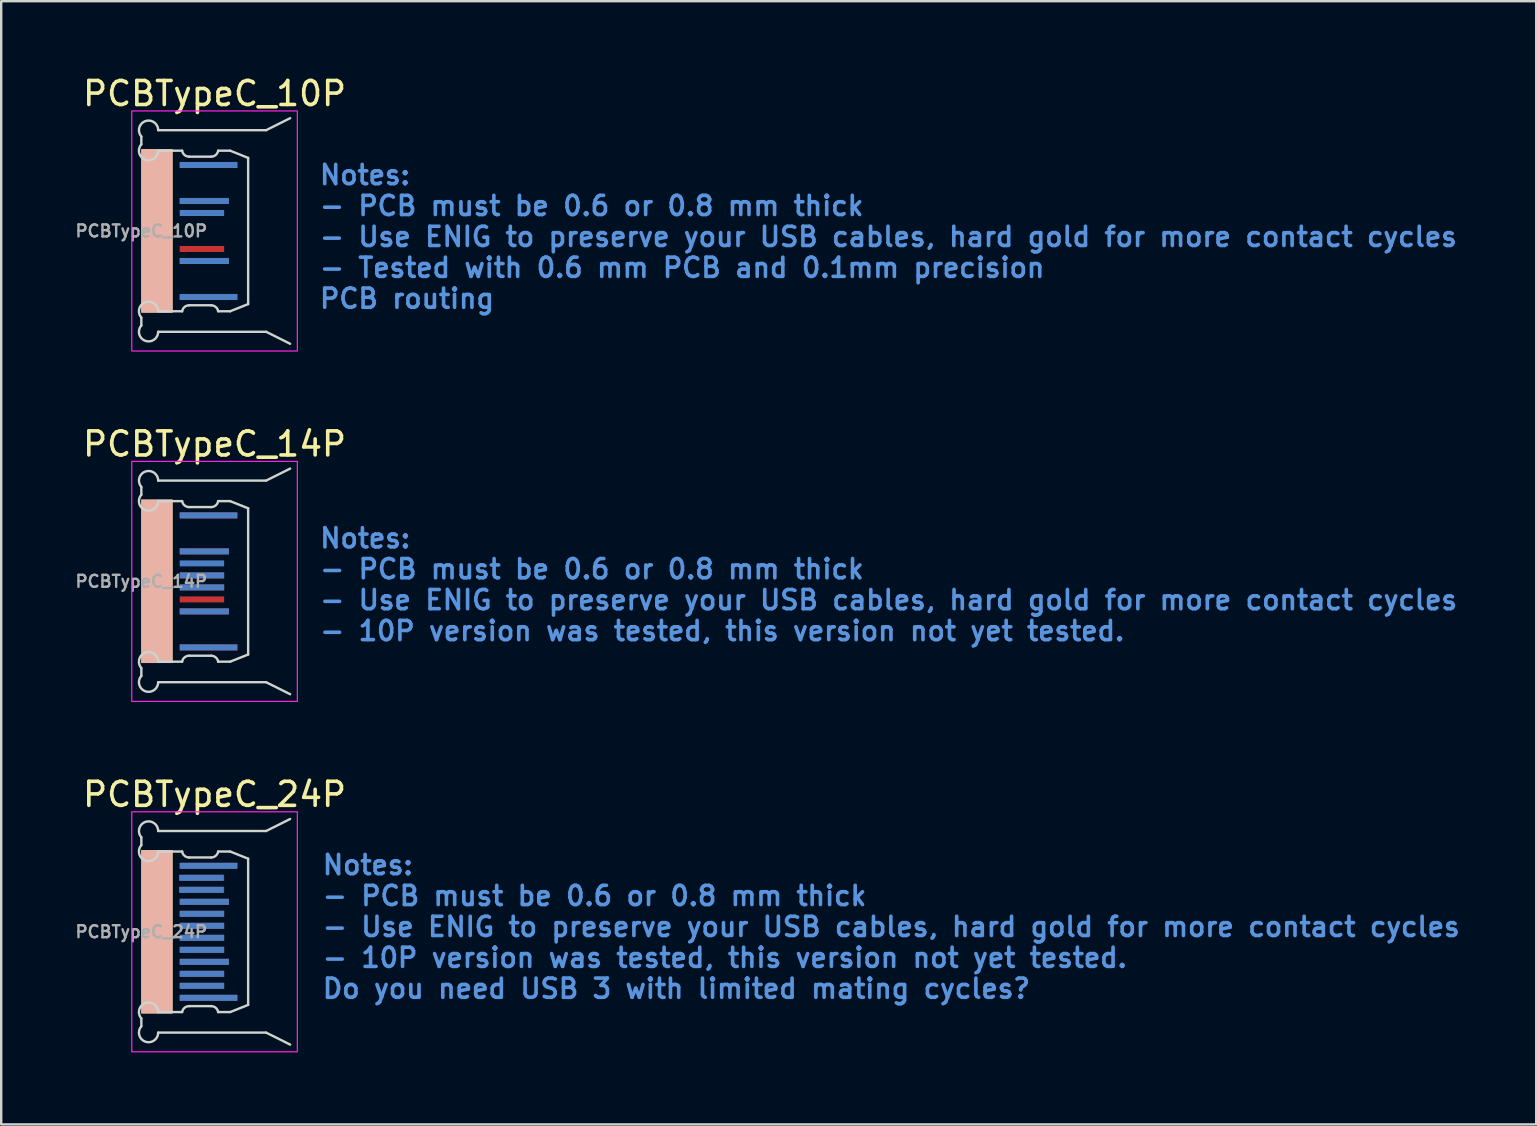
<source format=kicad_pcb>
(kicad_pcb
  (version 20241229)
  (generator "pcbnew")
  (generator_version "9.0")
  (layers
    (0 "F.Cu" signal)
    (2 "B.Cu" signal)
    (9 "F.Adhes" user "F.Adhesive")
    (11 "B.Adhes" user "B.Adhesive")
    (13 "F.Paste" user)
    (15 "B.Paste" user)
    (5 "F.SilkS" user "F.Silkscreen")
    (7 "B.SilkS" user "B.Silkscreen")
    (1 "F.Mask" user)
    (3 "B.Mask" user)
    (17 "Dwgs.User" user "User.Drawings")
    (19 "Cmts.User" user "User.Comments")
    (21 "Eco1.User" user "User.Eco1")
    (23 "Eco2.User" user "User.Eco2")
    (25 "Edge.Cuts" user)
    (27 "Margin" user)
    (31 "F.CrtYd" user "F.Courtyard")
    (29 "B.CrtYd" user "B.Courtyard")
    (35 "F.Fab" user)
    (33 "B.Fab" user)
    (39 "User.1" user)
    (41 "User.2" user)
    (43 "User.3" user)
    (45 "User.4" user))
  (footprint "PCBTypeC_14P"
    (layer "F.Cu")
    (at 2.838 21.172)
    (property "Reference" "PCBTypeC_14P" (at 3.051 -5.725 0) (layer "F.SilkS") (effects (font (size 1 1) (thickness 0.15))))
    (fp_poly (pts (xy 1.583 -3.348) (xy 4.5 -3.348) (xy 4.5 3.4) (xy 1.583 3.4)) (stroke (width 0) (type default)) (fill yes) (layer "F.Mask"))
    (fp_poly (pts (xy 1.583 -3.348) (xy 4.5 -3.348) (xy 4.5 3.4) (xy 1.583 3.4)) (stroke (width 0) (type default)) (fill yes) (layer "B.Mask"))
    (fp_poly (pts (xy 0 -3.408) (xy 1.3 -3.408) (xy 1.3 3.4) (xy 0 3.4)) (stroke (width 0) (type default)) (fill yes) (layer "F.SilkS"))
    (fp_poly (pts (xy 0 -3.408) (xy 1.3 -3.408) (xy 1.3 3.4) (xy 0 3.4)) (stroke (width 0) (type default)) (fill yes) (layer "B.SilkS"))
    (fp_line (start 0 -3.937) (end 0 -3.61) (stroke (width 0.1) (type default)) (layer "Edge.Cuts"))
    (fp_line (start 0 3.937) (end 0 3.61) (stroke (width 0.1) (type default)) (layer "Edge.Cuts"))
    (fp_line (start 0.701 -4.2) (end 5.2 -4.2) (stroke (width 0.1) (type default)) (layer "Edge.Cuts"))
    (fp_line (start 0.701 4.2) (end 5.2 4.2) (stroke (width 0.1) (type default)) (layer "Edge.Cuts"))
    (fp_line (start 1.7 -3.345) (end 0.7 -3.345) (stroke (width 0.1) (type default)) (layer "Edge.Cuts"))
    (fp_line (start 1.7 3.345) (end 0.7 3.345) (stroke (width 0.1) (type default)) (layer "Edge.Cuts"))
    (fp_line (start 2.908 3.096) (end 1.991 3.096) (stroke (width 0.1) (type default)) (layer "Edge.Cuts"))
    (fp_line (start 2.909 -3.096) (end 1.992 -3.096) (stroke (width 0.1) (type default)) (layer "Edge.Cuts"))
    (fp_line (start 3.7 -3.345) (end 3.2 -3.345) (stroke (width 0.1) (type default)) (layer "Edge.Cuts"))
    (fp_line (start 3.7 -3.345) (end 4.45 -3.045) (stroke (width 0.1) (type default)) (layer "Edge.Cuts"))
    (fp_line (start 3.7 3.345) (end 3.2 3.345) (stroke (width 0.1) (type default)) (layer "Edge.Cuts"))
    (fp_line (start 3.7 3.345) (end 4.45 3.045) (stroke (width 0.1) (type default)) (layer "Edge.Cuts"))
    (fp_line (start 4.45 -3.045) (end 4.45 3.045) (stroke (width 0.1) (type default)) (layer "Edge.Cuts"))
    (fp_line (start 5.2 -4.2) (end 6.2 -4.7) (stroke (width 0.1) (type default)) (layer "Edge.Cuts"))
    (fp_line (start 5.2 4.2) (end 6.2 4.7) (stroke (width 0.1) (type default)) (layer "Edge.Cuts"))
    (fp_arc (start -0.000999 3.60799) (mid 0.159644 2.970434) (end 0.7 3.345) (stroke (width 0.1) (type default)) (layer "Edge.Cuts"))
    (fp_arc (start 0 -3.93701) (mid 0.160643 -4.574566) (end 0.700999 -4.2) (stroke (width 0.1) (type default)) (layer "Edge.Cuts"))
    (fp_arc (start 0.7 -3.345) (mid 0.159644 -2.970434) (end -0.000999 -3.60799) (stroke (width 0.1) (type default)) (layer "Edge.Cuts"))
    (fp_arc (start 0.700999 4.2) (mid 0.160442 4.574491) (end 0 3.93701) (stroke (width 0.1) (type default)) (layer "Edge.Cuts"))
    (fp_arc (start 1.700002 3.345) (mid 1.79978 3.166653) (end 1.99129 3.096) (stroke (width 0.1) (type default)) (layer "Edge.Cuts"))
    (fp_arc (start 1.9916 -3.096) (mid 1.799849 -3.166734) (end 1.700038 -3.345) (stroke (width 0.1) (type default)) (layer "Edge.Cuts"))
    (fp_arc (start 2.90845 3.096) (mid 3.100151 3.166734) (end 3.199962 3.345) (stroke (width 0.1) (type default)) (layer "Edge.Cuts"))
    (fp_arc (start 3.199998 -3.345) (mid 3.10022 -3.166653) (end 2.90871 -3.096) (stroke (width 0.1) (type default)) (layer "Edge.Cuts"))
    (fp_rect (start -0.399 -5) (end 6.5 5) (stroke (width 0.05) (type default)) (fill no) (layer "F.CrtYd"))
    (fp_text user "Notes:\n- PCB must be 0.6 or 0.8 mm thick\n- Use ENIG to preserve your USB cables, hard gold for more contact cycles\n- 10P version was tested, this version not yet tested." (at 7.36 0.13 0) (unlocked yes) (layer "Cmts.User") (effects (font (size 0.8 0.8) (thickness 0.15)) (justify left)))
    (fp_text user "${REFERENCE}" (at 0 0 0) (layer "F.Fab") (effects (font (size 0.5 0.5) (thickness 0.1))))
    (pad "A1" smd rect (at 2.8 2.75 180) (size 2.4 0.25) (layers "F.Cu" "F.Mask" "F.Paste"))
    (pad "A4" smd rect (at 2.625 1.25 180) (size 2.05 0.25) (layers "F.Cu" "F.Mask" "F.Paste"))
    (pad "A5" smd rect (at 2.525 0.75) (size 1.85 0.25) (layers "F.Cu" "F.Mask" "F.Paste"))
    (pad "A6" smd rect (at 2.525 0.25) (size 1.85 0.25) (layers "F.Cu" "F.Mask" "F.Paste"))
    (pad "A7" smd rect (at 2.525 -0.25) (size 1.85 0.25) (layers "F.Cu" "F.Mask" "F.Paste"))
    (pad "A9" smd rect (at 2.625 -1.25) (size 2.05 0.25) (layers "F.Cu" "F.Mask"))
    (pad "A12" smd rect (at 2.8 -2.75) (size 2.4 0.25) (layers "F.Cu" "F.Mask"))
    (pad "B1" smd rect (at 2.8 -2.75) (size 2.4 0.25) (layers "B.Cu" "B.Mask" "B.Paste"))
    (pad "B4" smd rect (at 2.625 -1.25) (size 2.05 0.25) (layers "B.Cu" "B.Mask" "B.Paste"))
    (pad "B5" smd rect (at 2.525 -0.75 180) (size 1.85 0.25) (layers "B.Cu" "B.Mask" "B.Paste"))
    (pad "B6" smd rect (at 2.525 -0.25 180) (size 1.85 0.25) (layers "B.Cu" "B.Mask" "B.Paste"))
    (pad "B7" smd rect (at 2.525 0.25 180) (size 1.85 0.25) (layers "B.Cu" "B.Mask" "B.Paste"))
    (pad "B9" smd rect (at 2.625 1.25 180) (size 2.05 0.25) (layers "B.Cu" "B.Mask" "B.Paste"))
    (pad "B12" smd rect (at 2.8 2.75 180) (size 2.4 0.25) (layers "B.Cu" "B.Mask" "B.Paste"))
    (zone (net_name "") (layers "F.Cu" "B.Cu") (hatch edge 0.5) (connect_pads) (min_thickness 0.25) (filled_areas_thickness no) (keepout (tracks not_allowed) (vias allowed) (pads allowed) (copperpour not_allowed) (footprints allowed)) (placement (enabled no)) (fill) (polygon (pts (xy 7.338 24.779) (xy 4.658 24.779) (xy 4.658 17.572) (xy 7.338 17.572)))))
  (footprint "PCBTypeC_10P"
    (layer "F.Cu")
    (at 2.838 6.573)
    (property "Reference" "PCBTypeC_10P" (at 3.051 -5.725 0) (layer "F.SilkS") (effects (font (size 1 1) (thickness 0.15))))
    (fp_poly (pts (xy 1.583 -3.348) (xy 4.5 -3.348) (xy 4.5 3.4) (xy 1.583 3.4)) (stroke (width 0) (type default)) (fill yes) (layer "F.Mask"))
    (fp_poly (pts (xy 1.583 -3.348) (xy 4.5 -3.348) (xy 4.5 3.4) (xy 1.583 3.4)) (stroke (width 0) (type default)) (fill yes) (layer "B.Mask"))
    (fp_poly (pts (xy 0 -3.408) (xy 1.3 -3.408) (xy 1.3 3.4) (xy 0 3.4)) (stroke (width 0) (type default)) (fill yes) (layer "F.SilkS"))
    (fp_poly (pts (xy 0 -3.408) (xy 1.3 -3.408) (xy 1.3 3.4) (xy 0 3.4)) (stroke (width 0) (type default)) (fill yes) (layer "B.SilkS"))
    (fp_line (start 0 -3.937) (end 0 -3.61) (stroke (width 0.1) (type default)) (layer "Edge.Cuts"))
    (fp_line (start 0 3.937) (end 0 3.61) (stroke (width 0.1) (type default)) (layer "Edge.Cuts"))
    (fp_line (start 0.701 -4.2) (end 5.2 -4.2) (stroke (width 0.1) (type default)) (layer "Edge.Cuts"))
    (fp_line (start 0.701 4.2) (end 5.2 4.2) (stroke (width 0.1) (type default)) (layer "Edge.Cuts"))
    (fp_line (start 1.7 -3.345) (end 0.7 -3.345) (stroke (width 0.1) (type default)) (layer "Edge.Cuts"))
    (fp_line (start 1.7 3.345) (end 0.7 3.345) (stroke (width 0.1) (type default)) (layer "Edge.Cuts"))
    (fp_line (start 2.908 3.096) (end 1.991 3.096) (stroke (width 0.1) (type default)) (layer "Edge.Cuts"))
    (fp_line (start 2.909 -3.096) (end 1.992 -3.096) (stroke (width 0.1) (type default)) (layer "Edge.Cuts"))
    (fp_line (start 3.7 -3.345) (end 3.2 -3.345) (stroke (width 0.1) (type default)) (layer "Edge.Cuts"))
    (fp_line (start 3.7 -3.345) (end 4.45 -3.045) (stroke (width 0.1) (type default)) (layer "Edge.Cuts"))
    (fp_line (start 3.7 3.345) (end 3.2 3.345) (stroke (width 0.1) (type default)) (layer "Edge.Cuts"))
    (fp_line (start 3.7 3.345) (end 4.45 3.045) (stroke (width 0.1) (type default)) (layer "Edge.Cuts"))
    (fp_line (start 4.45 -3.045) (end 4.45 3.045) (stroke (width 0.1) (type default)) (layer "Edge.Cuts"))
    (fp_line (start 5.2 -4.2) (end 6.2 -4.7) (stroke (width 0.1) (type default)) (layer "Edge.Cuts"))
    (fp_line (start 5.2 4.2) (end 6.2 4.7) (stroke (width 0.1) (type default)) (layer "Edge.Cuts"))
    (fp_arc (start -0.000999 3.60799) (mid 0.159644 2.970434) (end 0.7 3.345) (stroke (width 0.1) (type default)) (layer "Edge.Cuts"))
    (fp_arc (start 0 -3.93701) (mid 0.160643 -4.574566) (end 0.700999 -4.2) (stroke (width 0.1) (type default)) (layer "Edge.Cuts"))
    (fp_arc (start 0.7 -3.345) (mid 0.159644 -2.970434) (end -0.000999 -3.60799) (stroke (width 0.1) (type default)) (layer "Edge.Cuts"))
    (fp_arc (start 0.700999 4.2) (mid 0.160442 4.574491) (end 0 3.93701) (stroke (width 0.1) (type default)) (layer "Edge.Cuts"))
    (fp_arc (start 1.700002 3.345) (mid 1.79978 3.166653) (end 1.99129 3.096) (stroke (width 0.1) (type default)) (layer "Edge.Cuts"))
    (fp_arc (start 1.9916 -3.096) (mid 1.799849 -3.166734) (end 1.700038 -3.345) (stroke (width 0.1) (type default)) (layer "Edge.Cuts"))
    (fp_arc (start 2.90845 3.096) (mid 3.100151 3.166734) (end 3.199962 3.345) (stroke (width 0.1) (type default)) (layer "Edge.Cuts"))
    (fp_arc (start 3.199998 -3.345) (mid 3.10022 -3.166653) (end 2.90871 -3.096) (stroke (width 0.1) (type default)) (layer "Edge.Cuts"))
    (fp_rect (start -0.399 -5) (end 6.5 5) (stroke (width 0.05) (type default)) (fill no) (layer "F.CrtYd"))
    (fp_text user "Notes:\n- PCB must be 0.6 or 0.8 mm thick\n- Use ENIG to preserve your USB cables, hard gold for more contact cycles\n- Tested with 0.6 mm PCB and 0.1mm precision\nPCB routing" (at 7.35 0.24 0) (unlocked yes) (layer "Cmts.User") (effects (font (size 0.8 0.8) (thickness 0.15)) (justify left)))
    (fp_text user "${REFERENCE}" (at 0 0 0) (layer "F.Fab") (effects (font (size 0.5 0.5) (thickness 0.1))))
    (pad "A1" smd rect (at 2.8 2.75 180) (size 2.4 0.25) (layers "F.Cu" "F.Mask" "F.Paste"))
    (pad "A4" smd rect (at 2.625 1.25 180) (size 2.05 0.25) (layers "F.Cu" "F.Mask" "F.Paste"))
    (pad "A5" smd rect (at 2.525 0.75) (size 1.85 0.25) (layers "F.Cu" "F.Mask" "F.Paste"))
    (pad "A9" smd rect (at 2.625 -1.25) (size 2.05 0.25) (layers "F.Cu" "F.Mask" "F.Paste"))
    (pad "A12" smd rect (at 2.8 -2.75) (size 2.4 0.25) (layers "F.Cu" "F.Mask" "F.Paste"))
    (pad "B1" smd rect (at 2.8 -2.75) (size 2.4 0.25) (layers "B.Cu" "B.Mask" "B.Paste"))
    (pad "B4" smd rect (at 2.625 -1.25) (size 2.05 0.25) (layers "B.Cu" "B.Mask" "B.Paste"))
    (pad "B5" smd rect (at 2.525 -0.75 180) (size 1.85 0.25) (layers "B.Cu" "B.Mask" "B.Paste"))
    (pad "B9" smd rect (at 2.625 1.25 180) (size 2.05 0.25) (layers "B.Cu" "B.Mask" "B.Paste"))
    (pad "B12" smd rect (at 2.8 2.75 180) (size 2.4 0.25) (layers "B.Cu" "B.Mask" "B.Paste"))
    (zone (net_name "") (layers "F.Cu" "B.Cu") (hatch edge 0.5) (connect_pads) (min_thickness 0.25) (filled_areas_thickness no) (keepout (tracks not_allowed) (vias allowed) (pads allowed) (copperpour not_allowed) (footprints allowed)) (placement (enabled no)) (fill) (polygon (pts (xy 7.358 10.231) (xy 4.648 10.231) (xy 4.648 3.023) (xy 7.358 3.023)))))
  (footprint "PCBTypeC_24P"
    (layer "F.Cu")
    (at 2.838 35.77)
    (property "Reference" "PCBTypeC_24P" (at 3.051 -5.725 0) (layer "F.SilkS") (effects (font (size 1 1) (thickness 0.15))))
    (fp_poly (pts (xy 1.583 -3.348) (xy 4.5 -3.348) (xy 4.5 3.4) (xy 1.583 3.4)) (stroke (width 0) (type default)) (fill yes) (layer "F.Mask"))
    (fp_poly (pts (xy 1.583 -3.348) (xy 4.5 -3.348) (xy 4.5 3.4) (xy 1.583 3.4)) (stroke (width 0) (type default)) (fill yes) (layer "B.Mask"))
    (fp_poly (pts (xy 0 -3.408) (xy 1.3 -3.408) (xy 1.3 3.4) (xy 0 3.4)) (stroke (width 0) (type default)) (fill yes) (layer "F.SilkS"))
    (fp_poly (pts (xy 0 -3.408) (xy 1.3 -3.408) (xy 1.3 3.4) (xy 0 3.4)) (stroke (width 0) (type default)) (fill yes) (layer "B.SilkS"))
    (fp_line (start 0 -3.937) (end 0 -3.61) (stroke (width 0.1) (type default)) (layer "Edge.Cuts"))
    (fp_line (start 0 3.937) (end 0 3.61) (stroke (width 0.1) (type default)) (layer "Edge.Cuts"))
    (fp_line (start 0.701 -4.2) (end 5.2 -4.2) (stroke (width 0.1) (type default)) (layer "Edge.Cuts"))
    (fp_line (start 0.701 4.2) (end 5.2 4.2) (stroke (width 0.1) (type default)) (layer "Edge.Cuts"))
    (fp_line (start 1.7 -3.345) (end 0.7 -3.345) (stroke (width 0.1) (type default)) (layer "Edge.Cuts"))
    (fp_line (start 1.7 3.345) (end 0.7 3.345) (stroke (width 0.1) (type default)) (layer "Edge.Cuts"))
    (fp_line (start 2.908 3.096) (end 1.991 3.096) (stroke (width 0.1) (type default)) (layer "Edge.Cuts"))
    (fp_line (start 2.909 -3.096) (end 1.992 -3.096) (stroke (width 0.1) (type default)) (layer "Edge.Cuts"))
    (fp_line (start 3.7 -3.345) (end 3.2 -3.345) (stroke (width 0.1) (type default)) (layer "Edge.Cuts"))
    (fp_line (start 3.7 -3.345) (end 4.45 -3.045) (stroke (width 0.1) (type default)) (layer "Edge.Cuts"))
    (fp_line (start 3.7 3.345) (end 3.2 3.345) (stroke (width 0.1) (type default)) (layer "Edge.Cuts"))
    (fp_line (start 3.7 3.345) (end 4.45 3.045) (stroke (width 0.1) (type default)) (layer "Edge.Cuts"))
    (fp_line (start 4.45 -3.045) (end 4.45 3.045) (stroke (width 0.1) (type default)) (layer "Edge.Cuts"))
    (fp_line (start 5.2 -4.2) (end 6.2 -4.7) (stroke (width 0.1) (type default)) (layer "Edge.Cuts"))
    (fp_line (start 5.2 4.2) (end 6.2 4.7) (stroke (width 0.1) (type default)) (layer "Edge.Cuts"))
    (fp_arc (start -0.000999 3.60799) (mid 0.159644 2.970434) (end 0.7 3.345) (stroke (width 0.1) (type default)) (layer "Edge.Cuts"))
    (fp_arc (start 0 -3.93701) (mid 0.160643 -4.574566) (end 0.700999 -4.2) (stroke (width 0.1) (type default)) (layer "Edge.Cuts"))
    (fp_arc (start 0.7 -3.345) (mid 0.159644 -2.970434) (end -0.000999 -3.60799) (stroke (width 0.1) (type default)) (layer "Edge.Cuts"))
    (fp_arc (start 0.700999 4.2) (mid 0.160442 4.574491) (end 0 3.93701) (stroke (width 0.1) (type default)) (layer "Edge.Cuts"))
    (fp_arc (start 1.700002 3.345) (mid 1.79978 3.166653) (end 1.99129 3.096) (stroke (width 0.1) (type default)) (layer "Edge.Cuts"))
    (fp_arc (start 1.9916 -3.096) (mid 1.799849 -3.166734) (end 1.700038 -3.345) (stroke (width 0.1) (type default)) (layer "Edge.Cuts"))
    (fp_arc (start 2.90845 3.096) (mid 3.100151 3.166734) (end 3.199962 3.345) (stroke (width 0.1) (type default)) (layer "Edge.Cuts"))
    (fp_arc (start 3.199998 -3.345) (mid 3.10022 -3.166653) (end 2.90871 -3.096) (stroke (width 0.1) (type default)) (layer "Edge.Cuts"))
    (fp_rect (start -0.399 -5) (end 6.5 5) (stroke (width 0.05) (type default)) (fill no) (layer "F.CrtYd"))
    (fp_text user "Notes:\n- PCB must be 0.6 or 0.8 mm thick\n- Use ENIG to preserve your USB cables, hard gold for more contact cycles\n- 10P version was tested, this version not yet tested. \nDo you need USB 3 with limited mating cycles?" (at 7.47 -0.21 0) (unlocked yes) (layer "Cmts.User") (effects (font (size 0.8 0.8) (thickness 0.15)) (justify left)))
    (fp_text user "${REFERENCE}" (at 0 0 0) (layer "F.Fab") (effects (font (size 0.5 0.5) (thickness 0.1))))
    (pad "A1" smd rect (at 2.8 2.75 180) (size 2.4 0.25) (layers "F.Cu" "F.Mask" "F.Paste"))
    (pad "A2" smd rect (at 2.525 2.25) (size 1.85 0.25) (layers "F.Cu" "F.Mask" "F.Paste"))
    (pad "A3" smd rect (at 2.525 1.75) (size 1.85 0.25) (layers "F.Cu" "F.Mask" "F.Paste"))
    (pad "A4" smd rect (at 2.625 1.25 180) (size 2.05 0.25) (layers "F.Cu" "F.Mask" "F.Paste"))
    (pad "A5" smd rect (at 2.525 0.75) (size 1.85 0.25) (layers "F.Cu" "F.Mask" "F.Paste"))
    (pad "A6" smd rect (at 2.525 0.25) (size 1.85 0.25) (layers "F.Cu" "F.Mask" "F.Paste"))
    (pad "A7" smd rect (at 2.525 -0.25) (size 1.85 0.25) (layers "F.Cu" "F.Mask" "F.Paste"))
    (pad "A8" smd rect (at 2.525 -0.75) (size 1.85 0.25) (layers "F.Cu" "F.Mask" "F.Paste"))
    (pad "A9" smd rect (at 2.625 -1.25) (size 2.05 0.25) (layers "F.Cu" "F.Mask"))
    (pad "A10" smd rect (at 2.525 -1.75) (size 1.85 0.25) (layers "F.Cu" "F.Mask" "F.Paste"))
    (pad "A11" smd rect (at 2.525 -2.25) (size 1.85 0.25) (layers "F.Cu" "F.Mask" "F.Paste"))
    (pad "A12" smd rect (at 2.8 -2.75) (size 2.4 0.25) (layers "F.Cu" "F.Mask"))
    (pad "B1" smd rect (at 2.8 -2.75) (size 2.4 0.25) (layers "B.Cu" "B.Mask" "B.Paste"))
    (pad "B2" smd rect (at 2.5 -2.25 180) (size 1.85 0.25) (layers "B.Cu" "B.Mask" "B.Paste"))
    (pad "B3" smd rect (at 2.5 -1.75 180) (size 1.85 0.25) (layers "B.Cu" "B.Mask" "B.Paste"))
    (pad "B4" smd rect (at 2.625 -1.25) (size 2.05 0.25) (layers "B.Cu" "B.Mask" "B.Paste"))
    (pad "B5" smd rect (at 2.525 -0.75 180) (size 1.85 0.25) (layers "B.Cu" "B.Mask" "B.Paste"))
    (pad "B6" smd rect (at 2.525 -0.25 180) (size 1.85 0.25) (layers "B.Cu" "B.Mask" "B.Paste"))
    (pad "B7" smd rect (at 2.525 0.25 180) (size 1.85 0.25) (layers "B.Cu" "B.Mask" "B.Paste"))
    (pad "B8" smd rect (at 2.525 0.75 180) (size 1.85 0.25) (layers "B.Cu" "B.Mask" "B.Paste"))
    (pad "B9" smd rect (at 2.625 1.25 180) (size 2.05 0.25) (layers "B.Cu" "B.Mask" "B.Paste"))
    (pad "B10" smd rect (at 2.525 1.75 180) (size 1.85 0.25) (layers "B.Cu" "B.Mask" "B.Paste"))
    (pad "B11" smd rect (at 2.525 2.25 180) (size 1.85 0.25) (layers "B.Cu" "B.Mask" "B.Paste"))
    (pad "B12" smd rect (at 2.8 2.75 180) (size 2.4 0.25) (layers "B.Cu" "B.Mask" "B.Paste"))
    (zone (net_name "") (layers "F.Cu" "B.Cu") (hatch edge 0.5) (connect_pads) (min_thickness 0.25) (filled_areas_thickness no) (keepout (tracks not_allowed) (vias allowed) (pads allowed) (copperpour not_allowed) (footprints allowed)) (placement (enabled no)) (fill) (polygon (pts (xy 7.338 39.377) (xy 4.658 39.377) (xy 4.658 32.17) (xy 7.338 32.17)))))
  (gr_rect
    (start -3 -3)
    (end 60.95 43.795)
    (stroke (width 0.1) (type default))
    (fill no)
    (layer "Edge.Cuts")))
</source>
